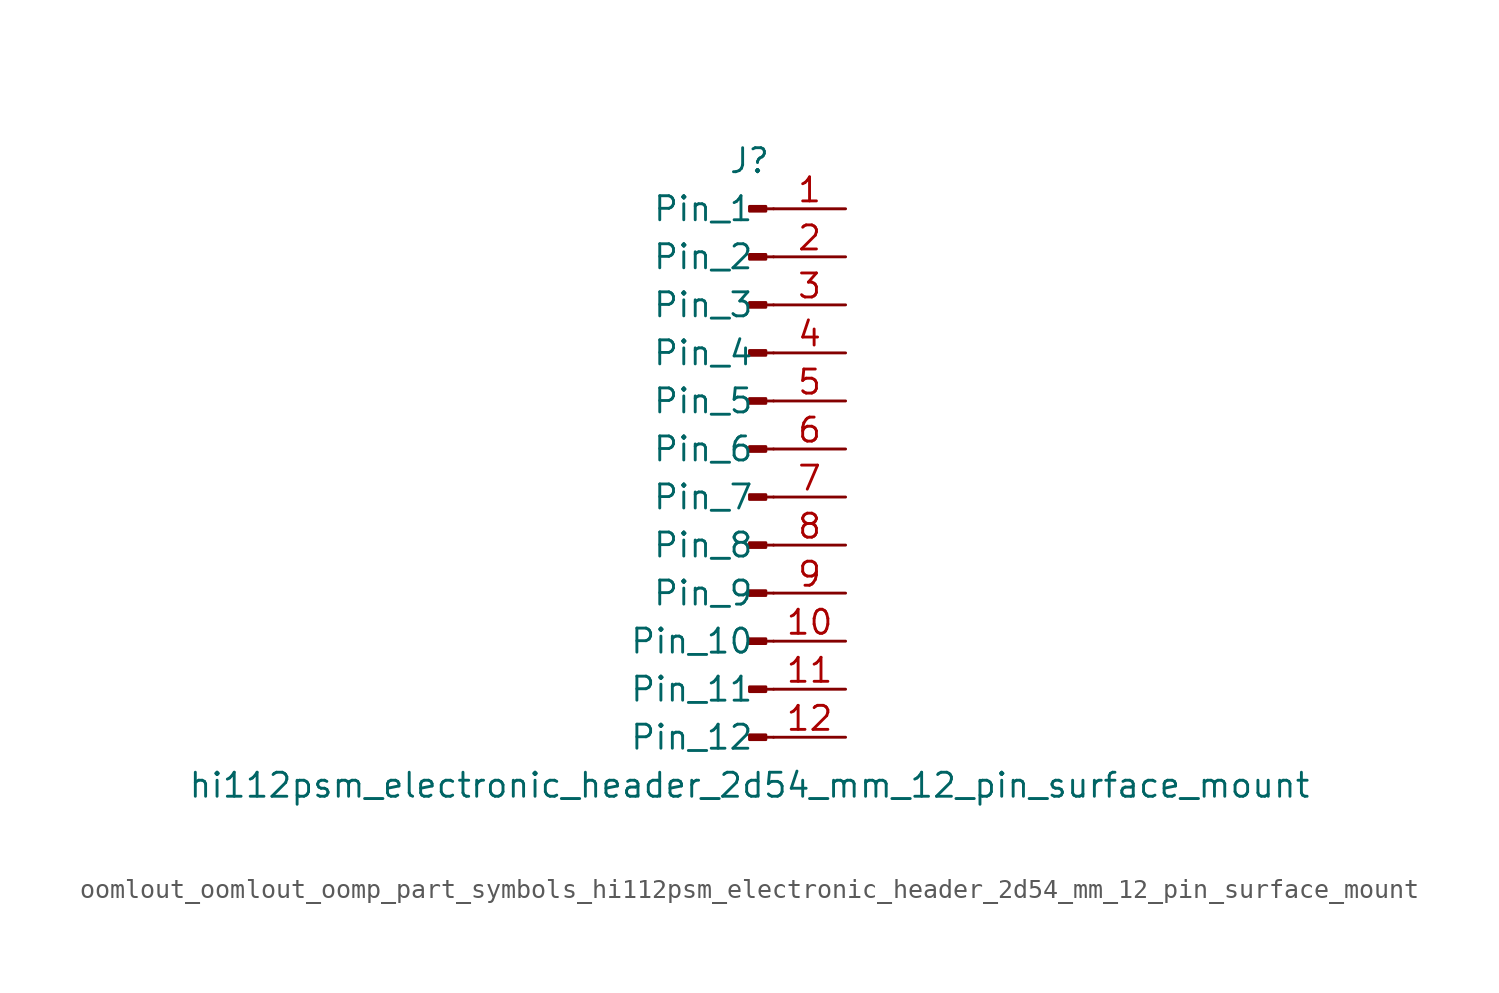
<source format=kicad_sym>
(kicad_symbol_lib
  (version 20220914)
  (generator kicad_symbol_editor)
  (symbol "oomlout_oomlout_oomp_part_symbols_hi112psm_electronic_header_2d54_mm_12_pin_surface_mount"
    (pin_names
      (offset 1.016))
    (property "Reference" "J"
      (at 0 15.24 0)
      (effects (font (size 1.27 1.27))))
    (property "Value" "hi112psm_electronic_header_2d54_mm_12_pin_surface_mount"
      (at 0 -17.78 0)
      (effects (font (size 1.27 1.27))))
    (property "ki_locked" ""
      (at 0 0 0)
      (effects (font (size 1.27 1.27))))
    (symbol "oomlout_oomlout_oomp_part_symbols_hi112psm_electronic_header_2d54_mm_12_pin_surface_mount_1_1"
      (polyline (pts (xy 1.27 -15.24) (xy 0.864 -15.24)) (stroke (width 0.152) (type default)) (fill (type none)))
      (polyline (pts (xy 1.27 -12.7) (xy 0.864 -12.7)) (stroke (width 0.152) (type default)) (fill (type none)))
      (polyline (pts (xy 1.27 -10.16) (xy 0.864 -10.16)) (stroke (width 0.152) (type default)) (fill (type none)))
      (polyline (pts (xy 1.27 -7.62) (xy 0.864 -7.62)) (stroke (width 0.152) (type default)) (fill (type none)))
      (polyline (pts (xy 1.27 -5.08) (xy 0.864 -5.08)) (stroke (width 0.152) (type default)) (fill (type none)))
      (polyline (pts (xy 1.27 -2.54) (xy 0.864 -2.54)) (stroke (width 0.152) (type default)) (fill (type none)))
      (polyline (pts (xy 1.27 0) (xy 0.864 0)) (stroke (width 0.152) (type default)) (fill (type none)))
      (polyline (pts (xy 1.27 2.54) (xy 0.864 2.54)) (stroke (width 0.152) (type default)) (fill (type none)))
      (polyline (pts (xy 1.27 5.08) (xy 0.864 5.08)) (stroke (width 0.152) (type default)) (fill (type none)))
      (polyline (pts (xy 1.27 7.62) (xy 0.864 7.62)) (stroke (width 0.152) (type default)) (fill (type none)))
      (polyline (pts (xy 1.27 10.16) (xy 0.864 10.16)) (stroke (width 0.152) (type default)) (fill (type none)))
      (polyline (pts (xy 1.27 12.7) (xy 0.864 12.7)) (stroke (width 0.152) (type default)) (fill (type none)))
      (rectangle (start 0.864 -15.113) (end 0 -15.367) (stroke (width 0.152) (type default)) (fill (type outline)))
      (rectangle (start 0.864 -12.573) (end 0 -12.827) (stroke (width 0.152) (type default)) (fill (type outline)))
      (rectangle (start 0.864 -10.033) (end 0 -10.287) (stroke (width 0.152) (type default)) (fill (type outline)))
      (rectangle (start 0.864 -7.493) (end 0 -7.747) (stroke (width 0.152) (type default)) (fill (type outline)))
      (rectangle (start 0.864 -4.953) (end 0 -5.207) (stroke (width 0.152) (type default)) (fill (type outline)))
      (rectangle (start 0.864 -2.413) (end 0 -2.667) (stroke (width 0.152) (type default)) (fill (type outline)))
      (rectangle (start 0.864 0.127) (end 0 -0.127) (stroke (width 0.152) (type default)) (fill (type outline)))
      (rectangle (start 0.864 2.667) (end 0 2.413) (stroke (width 0.152) (type default)) (fill (type outline)))
      (rectangle (start 0.864 5.207) (end 0 4.953) (stroke (width 0.152) (type default)) (fill (type outline)))
      (rectangle (start 0.864 7.747) (end 0 7.493) (stroke (width 0.152) (type default)) (fill (type outline)))
      (rectangle (start 0.864 10.287) (end 0 10.033) (stroke (width 0.152) (type default)) (fill (type outline)))
      (rectangle (start 0.864 12.827) (end 0 12.573) (stroke (width 0.152) (type default)) (fill (type outline)))
      (pin passive line (at 5.08 12.7 180) (length 3.81) (name "Pin_1" (effects (font (size 1.27 1.27)))) (number "1" (effects (font (size 1.27 1.27)))))
      (pin passive line (at 5.08 -10.16 180) (length 3.81) (name "Pin_10" (effects (font (size 1.27 1.27)))) (number "10" (effects (font (size 1.27 1.27)))))
      (pin passive line (at 5.08 -12.7 180) (length 3.81) (name "Pin_11" (effects (font (size 1.27 1.27)))) (number "11" (effects (font (size 1.27 1.27)))))
      (pin passive line (at 5.08 -15.24 180) (length 3.81) (name "Pin_12" (effects (font (size 1.27 1.27)))) (number "12" (effects (font (size 1.27 1.27)))))
      (pin passive line (at 5.08 10.16 180) (length 3.81) (name "Pin_2" (effects (font (size 1.27 1.27)))) (number "2" (effects (font (size 1.27 1.27)))))
      (pin passive line (at 5.08 7.62 180) (length 3.81) (name "Pin_3" (effects (font (size 1.27 1.27)))) (number "3" (effects (font (size 1.27 1.27)))))
      (pin passive line (at 5.08 5.08 180) (length 3.81) (name "Pin_4" (effects (font (size 1.27 1.27)))) (number "4" (effects (font (size 1.27 1.27)))))
      (pin passive line (at 5.08 2.54 180) (length 3.81) (name "Pin_5" (effects (font (size 1.27 1.27)))) (number "5" (effects (font (size 1.27 1.27)))))
      (pin passive line (at 5.08 0 180) (length 3.81) (name "Pin_6" (effects (font (size 1.27 1.27)))) (number "6" (effects (font (size 1.27 1.27)))))
      (pin passive line (at 5.08 -2.54 180) (length 3.81) (name "Pin_7" (effects (font (size 1.27 1.27)))) (number "7" (effects (font (size 1.27 1.27)))))
      (pin passive line (at 5.08 -5.08 180) (length 3.81) (name "Pin_8" (effects (font (size 1.27 1.27)))) (number "8" (effects (font (size 1.27 1.27)))))
      (pin passive line (at 5.08 -7.62 180) (length 3.81) (name "Pin_9" (effects (font (size 1.27 1.27)))) (number "9" (effects (font (size 1.27 1.27))))))))
</source>
